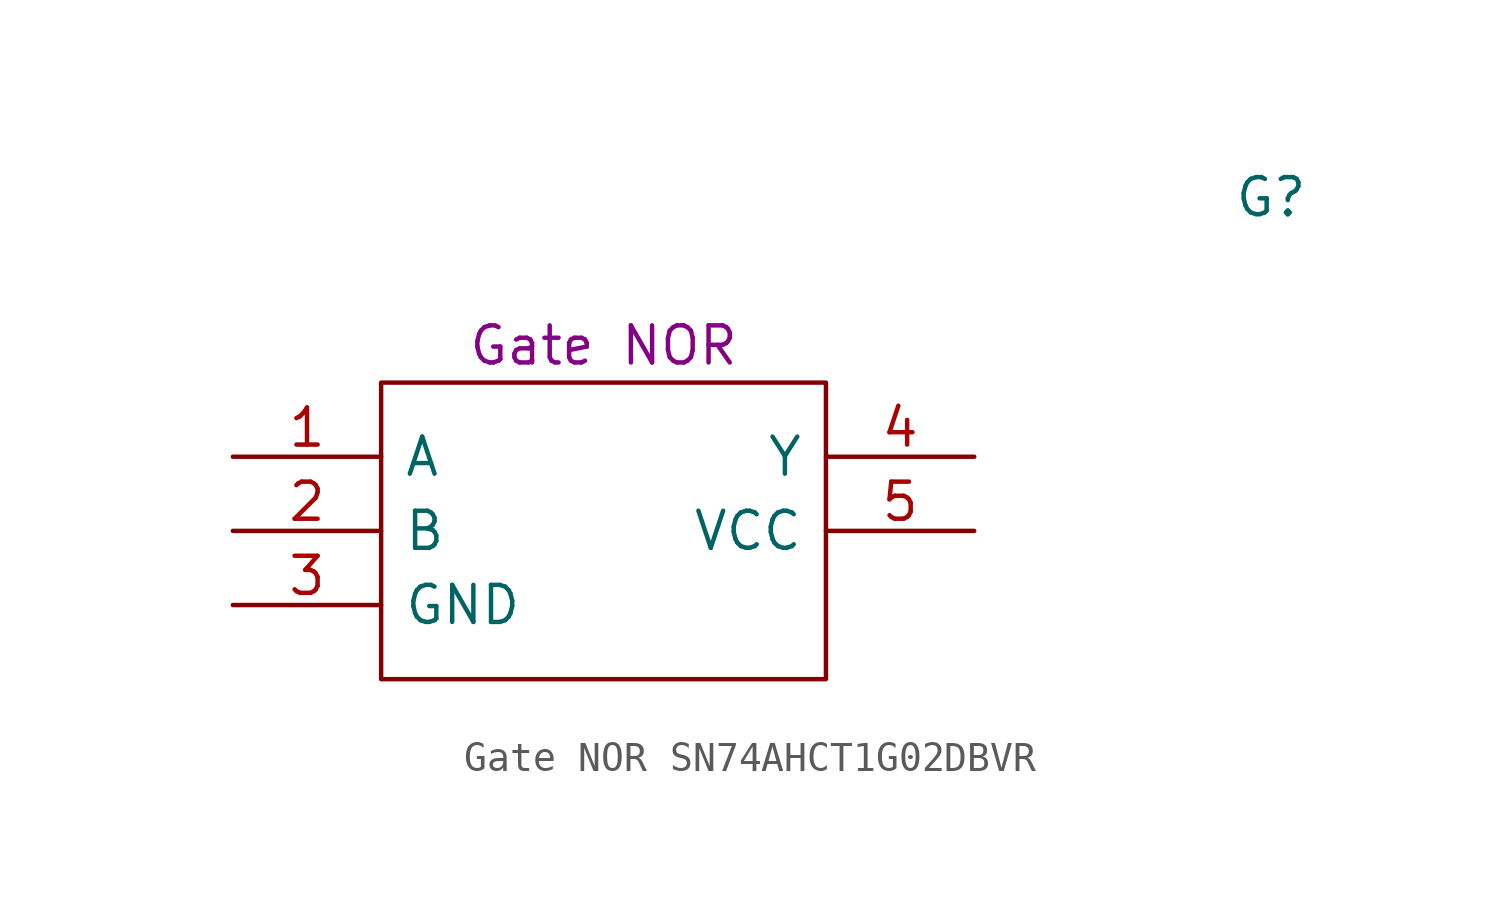
<source format=kicad_sym>
(kicad_symbol_lib
  (version 20220914)
  (generator kicad_symbol_editor)
  (symbol "Gate NOR SN74AHCT1G02DBVR"
    (pin_names
      (offset 0.762))
    (property "Reference" "G"
      (at 34.29 8.89 0)
      (effects (font (size 1.27 1.27)) (justify left)))
    (property "Render Name" "Gate NOR"
      (at 12.7 3.81 0)
      (effects (font (size 1.27 1.27))))
    (symbol "Gate NOR SN74AHCT1G02DBVR_0_0"
      (pin passive line (at 0 0 0) (length 5.08) (name "A" (effects (font (size 1.27 1.27)))) (number "1" (effects (font (size 1.27 1.27)))))
      (pin passive line (at 0 -2.54 0) (length 5.08) (name "B" (effects (font (size 1.27 1.27)))) (number "2" (effects (font (size 1.27 1.27)))))
      (pin passive line (at 0 -5.08 0) (length 5.08) (name "GND" (effects (font (size 1.27 1.27)))) (number "3" (effects (font (size 1.27 1.27)))))
      (pin passive line (at 25.4 0 180) (length 5.08) (name "Y" (effects (font (size 1.27 1.27)))) (number "4" (effects (font (size 1.27 1.27)))))
      (pin passive line (at 25.4 -2.54 180) (length 5.08) (name "VCC" (effects (font (size 1.27 1.27)))) (number "5" (effects (font (size 1.27 1.27))))))
    (symbol "Gate NOR SN74AHCT1G02DBVR_0_1"
      (polyline (pts (xy 5.08 2.54) (xy 20.32 2.54) (xy 20.32 -7.62) (xy 5.08 -7.62) (xy 5.08 2.54)) (stroke (width 0.152) (type default)) (fill (type none))))))
</source>
